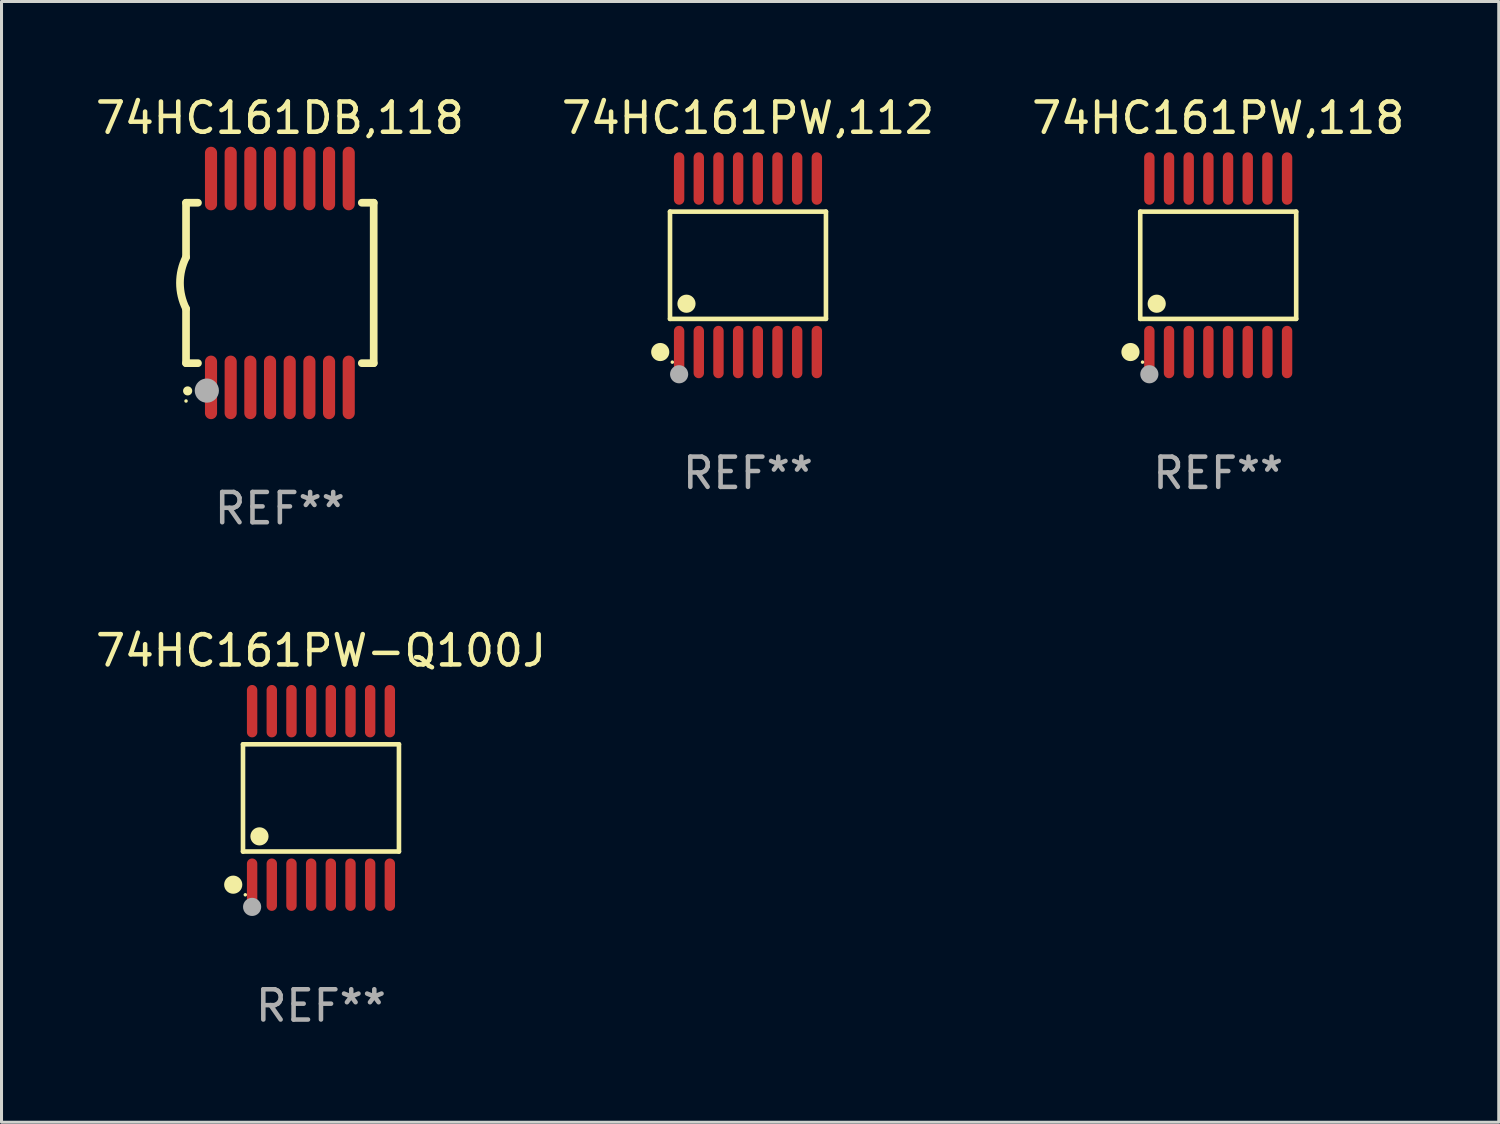
<source format=kicad_pcb>
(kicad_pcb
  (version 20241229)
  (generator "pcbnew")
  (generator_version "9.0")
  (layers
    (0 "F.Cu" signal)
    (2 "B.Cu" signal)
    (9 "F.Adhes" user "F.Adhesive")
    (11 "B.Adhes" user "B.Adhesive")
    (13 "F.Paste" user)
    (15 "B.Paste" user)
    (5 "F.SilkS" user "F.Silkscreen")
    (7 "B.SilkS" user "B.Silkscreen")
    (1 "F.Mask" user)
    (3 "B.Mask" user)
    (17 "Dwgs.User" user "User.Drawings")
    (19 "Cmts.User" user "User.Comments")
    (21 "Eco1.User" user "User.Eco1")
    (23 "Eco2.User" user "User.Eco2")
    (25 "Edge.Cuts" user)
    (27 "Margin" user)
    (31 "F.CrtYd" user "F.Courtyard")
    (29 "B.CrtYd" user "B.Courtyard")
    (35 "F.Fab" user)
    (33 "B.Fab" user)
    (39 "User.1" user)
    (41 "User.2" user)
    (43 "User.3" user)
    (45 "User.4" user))
  (footprint "74HC161PW,118"
    (layer "F.Cu")
    (at 37.196 5.714)
    (property "Reference" "74HC161PW,118" (at 0 -4.866 0) (layer "F.SilkS") (effects (font (size 1 1) (thickness 0.15))))
    (attr through_hole)
    (fp_line (start -2.576 -1.772) (end 2.576 -1.772) (stroke (width 0.152) (type solid)) (layer "F.SilkS"))
    (fp_line (start -2.576 1.771) (end -2.576 -1.772) (stroke (width 0.152) (type solid)) (layer "F.SilkS"))
    (fp_line (start 2.576 -1.772) (end 2.576 1.771) (stroke (width 0.152) (type solid)) (layer "F.SilkS"))
    (fp_line (start 2.576 1.771) (end -2.576 1.771) (stroke (width 0.152) (type solid)) (layer "F.SilkS"))
    (fp_circle (center -2.899 2.866) (end -2.749 2.866) (stroke (width 0.3) (type solid)) (fill no) (layer "F.SilkS"))
    (fp_circle (center -2.5 3.2) (end -2.47 3.2) (stroke (width 0.06) (type solid)) (fill no) (layer "F.SilkS"))
    (fp_circle (center -2.032 1.27) (end -1.882 1.27) (stroke (width 0.3) (type solid)) (fill no) (layer "F.SilkS"))
    (fp_circle (center -2.275 3.6) (end -2.125 3.6) (stroke (width 0.3) (type solid)) (fill no) (layer "F.Fab"))
    (fp_text user "REF**" (at 0 6.866 0) (layer "F.Fab") (effects (font (size 1 1) (thickness 0.15))))
    (pad "1" smd oval (at -2.275 2.866) (size 0.343 1.731) (layers "F.Cu" "F.Mask" "F.Paste"))
    (pad "2" smd oval (at -1.625 2.866) (size 0.343 1.731) (layers "F.Cu" "F.Mask" "F.Paste"))
    (pad "3" smd oval (at -0.975 2.866) (size 0.343 1.731) (layers "F.Cu" "F.Mask" "F.Paste"))
    (pad "4" smd oval (at -0.325 2.866) (size 0.343 1.731) (layers "F.Cu" "F.Mask" "F.Paste"))
    (pad "5" smd oval (at 0.325 2.866) (size 0.343 1.731) (layers "F.Cu" "F.Mask" "F.Paste"))
    (pad "6" smd oval (at 0.975 2.866) (size 0.343 1.731) (layers "F.Cu" "F.Mask" "F.Paste"))
    (pad "7" smd oval (at 1.625 2.866) (size 0.343 1.731) (layers "F.Cu" "F.Mask" "F.Paste"))
    (pad "8" smd oval (at 2.275 2.866) (size 0.343 1.731) (layers "F.Cu" "F.Mask" "F.Paste"))
    (pad "9" smd oval (at 2.275 -2.866) (size 0.343 1.731) (layers "F.Cu" "F.Mask" "F.Paste"))
    (pad "10" smd oval (at 1.625 -2.866) (size 0.343 1.731) (layers "F.Cu" "F.Mask" "F.Paste"))
    (pad "11" smd oval (at 0.975 -2.866) (size 0.343 1.731) (layers "F.Cu" "F.Mask" "F.Paste"))
    (pad "12" smd oval (at 0.325 -2.866) (size 0.343 1.731) (layers "F.Cu" "F.Mask" "F.Paste"))
    (pad "13" smd oval (at -0.325 -2.866) (size 0.343 1.731) (layers "F.Cu" "F.Mask" "F.Paste"))
    (pad "14" smd oval (at -0.975 -2.866) (size 0.343 1.731) (layers "F.Cu" "F.Mask" "F.Paste"))
    (pad "15" smd oval (at -1.625 -2.866) (size 0.343 1.731) (layers "F.Cu" "F.Mask" "F.Paste"))
    (pad "16" smd oval (at -2.275 -2.866) (size 0.343 1.731) (layers "F.Cu" "F.Mask" "F.Paste")))
  (footprint "74HC161PW-Q100J"
    (layer "F.Cu")
    (at 7.554 23.311)
    (property "Reference" "74HC161PW-Q100J" (at 0 -4.866 0) (layer "F.SilkS") (effects (font (size 1 1) (thickness 0.15))))
    (attr through_hole)
    (fp_line (start -2.576 -1.772) (end 2.576 -1.772) (stroke (width 0.152) (type solid)) (layer "F.SilkS"))
    (fp_line (start -2.576 1.771) (end -2.576 -1.772) (stroke (width 0.152) (type solid)) (layer "F.SilkS"))
    (fp_line (start 2.576 -1.772) (end 2.576 1.771) (stroke (width 0.152) (type solid)) (layer "F.SilkS"))
    (fp_line (start 2.576 1.771) (end -2.576 1.771) (stroke (width 0.152) (type solid)) (layer "F.SilkS"))
    (fp_circle (center -2.899 2.866) (end -2.749 2.866) (stroke (width 0.3) (type solid)) (fill no) (layer "F.SilkS"))
    (fp_circle (center -2.5 3.2) (end -2.47 3.2) (stroke (width 0.06) (type solid)) (fill no) (layer "F.SilkS"))
    (fp_circle (center -2.032 1.27) (end -1.882 1.27) (stroke (width 0.3) (type solid)) (fill no) (layer "F.SilkS"))
    (fp_circle (center -2.275 3.6) (end -2.125 3.6) (stroke (width 0.3) (type solid)) (fill no) (layer "F.Fab"))
    (fp_text user "REF**" (at 0 6.866 0) (layer "F.Fab") (effects (font (size 1 1) (thickness 0.15))))
    (pad "1" smd oval (at -2.275 2.866) (size 0.343 1.731) (layers "F.Cu" "F.Mask" "F.Paste"))
    (pad "2" smd oval (at -1.625 2.866) (size 0.343 1.731) (layers "F.Cu" "F.Mask" "F.Paste"))
    (pad "3" smd oval (at -0.975 2.866) (size 0.343 1.731) (layers "F.Cu" "F.Mask" "F.Paste"))
    (pad "4" smd oval (at -0.325 2.866) (size 0.343 1.731) (layers "F.Cu" "F.Mask" "F.Paste"))
    (pad "5" smd oval (at 0.325 2.866) (size 0.343 1.731) (layers "F.Cu" "F.Mask" "F.Paste"))
    (pad "6" smd oval (at 0.975 2.866) (size 0.343 1.731) (layers "F.Cu" "F.Mask" "F.Paste"))
    (pad "7" smd oval (at 1.625 2.866) (size 0.343 1.731) (layers "F.Cu" "F.Mask" "F.Paste"))
    (pad "8" smd oval (at 2.275 2.866) (size 0.343 1.731) (layers "F.Cu" "F.Mask" "F.Paste"))
    (pad "9" smd oval (at 2.275 -2.866) (size 0.343 1.731) (layers "F.Cu" "F.Mask" "F.Paste"))
    (pad "10" smd oval (at 1.625 -2.866) (size 0.343 1.731) (layers "F.Cu" "F.Mask" "F.Paste"))
    (pad "11" smd oval (at 0.975 -2.866) (size 0.343 1.731) (layers "F.Cu" "F.Mask" "F.Paste"))
    (pad "12" smd oval (at 0.325 -2.866) (size 0.343 1.731) (layers "F.Cu" "F.Mask" "F.Paste"))
    (pad "13" smd oval (at -0.325 -2.866) (size 0.343 1.731) (layers "F.Cu" "F.Mask" "F.Paste"))
    (pad "14" smd oval (at -0.975 -2.866) (size 0.343 1.731) (layers "F.Cu" "F.Mask" "F.Paste"))
    (pad "15" smd oval (at -1.625 -2.866) (size 0.343 1.731) (layers "F.Cu" "F.Mask" "F.Paste"))
    (pad "16" smd oval (at -2.275 -2.866) (size 0.343 1.731) (layers "F.Cu" "F.Mask" "F.Paste")))
  (footprint "74HC161DB,118"
    (layer "F.Cu")
    (at 6.196 6.298)
    (property "Reference" "74HC161DB,118" (at 0 -5.45 0) (layer "F.SilkS") (effects (font (size 1 1) (thickness 0.15))))
    (attr through_hole)
    (fp_line (start -3.1 -2.65) (end -3.1 -0.85) (stroke (width 0.254) (type solid)) (layer "F.SilkS"))
    (fp_line (start -3.1 -2.65) (end -2.706 -2.65) (stroke (width 0.254) (type solid)) (layer "F.SilkS"))
    (fp_line (start -3.1 2.65) (end -3.1 0.85) (stroke (width 0.254) (type solid)) (layer "F.SilkS"))
    (fp_line (start -3.1 2.65) (end -2.706 2.65) (stroke (width 0.254) (type solid)) (layer "F.SilkS"))
    (fp_line (start 2.706 -2.65) (end 3.1 -2.65) (stroke (width 0.254) (type solid)) (layer "F.SilkS"))
    (fp_line (start 2.706 2.65) (end 3.1 2.65) (stroke (width 0.254) (type solid)) (layer "F.SilkS"))
    (fp_line (start 3.1 -2.65) (end 3.1 2.65) (stroke (width 0.254) (type solid)) (layer "F.SilkS"))
    (fp_arc (start -3.098907 0.850902) (mid -3.300057 0.000523) (end -3.1 -0.850114) (stroke (width 0.254001) (type solid)) (layer "F.SilkS"))
    (fp_arc (start -3.048006 3.566066) (mid -3.046736 3.566061) (end -3.045466 3.566066) (stroke (width 0.3) (type solid)) (layer "F.SilkS"))
    (fp_circle (center -3.1 3.9) (end -3.07 3.9) (stroke (width 0.06) (type solid)) (fill no) (layer "F.SilkS"))
    (fp_circle (center -2.413 3.556) (end -2.213 3.556) (stroke (width 0.4) (type solid)) (fill no) (layer "F.Fab"))
    (fp_text user "REF**" (at 0 7.45 0) (layer "F.Fab") (effects (font (size 1 1) (thickness 0.15))))
    (pad "1" smd oval (at -2.275 3.45 180) (size 0.4 2.1) (layers "F.Cu" "F.Mask" "F.Paste"))
    (pad "2" smd oval (at -1.625 3.45 180) (size 0.4 2.1) (layers "F.Cu" "F.Mask" "F.Paste"))
    (pad "3" smd oval (at -0.975 3.45 180) (size 0.4 2.1) (layers "F.Cu" "F.Mask" "F.Paste"))
    (pad "4" smd oval (at -0.325 3.45 180) (size 0.4 2.1) (layers "F.Cu" "F.Mask" "F.Paste"))
    (pad "5" smd oval (at 0.325 3.45 180) (size 0.4 2.1) (layers "F.Cu" "F.Mask" "F.Paste"))
    (pad "6" smd oval (at 0.975 3.45 180) (size 0.4 2.1) (layers "F.Cu" "F.Mask" "F.Paste"))
    (pad "7" smd oval (at 1.625 3.45 180) (size 0.4 2.1) (layers "F.Cu" "F.Mask" "F.Paste"))
    (pad "8" smd oval (at 2.275 3.45 180) (size 0.4 2.1) (layers "F.Cu" "F.Mask" "F.Paste"))
    (pad "9" smd oval (at 2.275 -3.45 180) (size 0.4 2.1) (layers "F.Cu" "F.Mask" "F.Paste"))
    (pad "10" smd oval (at 1.625 -3.45 180) (size 0.4 2.1) (layers "F.Cu" "F.Mask" "F.Paste"))
    (pad "11" smd oval (at 0.975 -3.45 180) (size 0.4 2.1) (layers "F.Cu" "F.Mask" "F.Paste"))
    (pad "12" smd oval (at 0.325 -3.45 180) (size 0.4 2.1) (layers "F.Cu" "F.Mask" "F.Paste"))
    (pad "13" smd oval (at -0.325 -3.45 180) (size 0.4 2.1) (layers "F.Cu" "F.Mask" "F.Paste"))
    (pad "14" smd oval (at -0.975 -3.45 180) (size 0.4 2.1) (layers "F.Cu" "F.Mask" "F.Paste"))
    (pad "15" smd oval (at -1.625 -3.45 180) (size 0.4 2.1) (layers "F.Cu" "F.Mask" "F.Paste"))
    (pad "16" smd oval (at -2.275 -3.45 180) (size 0.4 2.1) (layers "F.Cu" "F.Mask" "F.Paste")))
  (footprint "74HC161PW,112"
    (layer "F.Cu")
    (at 21.661 5.714)
    (property "Reference" "74HC161PW,112" (at 0 -4.866 0) (layer "F.SilkS") (effects (font (size 1 1) (thickness 0.15))))
    (attr through_hole)
    (fp_line (start -2.576 -1.772) (end 2.576 -1.772) (stroke (width 0.152) (type solid)) (layer "F.SilkS"))
    (fp_line (start -2.576 1.771) (end -2.576 -1.772) (stroke (width 0.152) (type solid)) (layer "F.SilkS"))
    (fp_line (start 2.576 -1.772) (end 2.576 1.771) (stroke (width 0.152) (type solid)) (layer "F.SilkS"))
    (fp_line (start 2.576 1.771) (end -2.576 1.771) (stroke (width 0.152) (type solid)) (layer "F.SilkS"))
    (fp_circle (center -2.899 2.866) (end -2.749 2.866) (stroke (width 0.3) (type solid)) (fill no) (layer "F.SilkS"))
    (fp_circle (center -2.5 3.2) (end -2.47 3.2) (stroke (width 0.06) (type solid)) (fill no) (layer "F.SilkS"))
    (fp_circle (center -2.032 1.27) (end -1.882 1.27) (stroke (width 0.3) (type solid)) (fill no) (layer "F.SilkS"))
    (fp_circle (center -2.275 3.6) (end -2.125 3.6) (stroke (width 0.3) (type solid)) (fill no) (layer "F.Fab"))
    (fp_text user "REF**" (at 0 6.866 0) (layer "F.Fab") (effects (font (size 1 1) (thickness 0.15))))
    (pad "1" smd oval (at -2.275 2.866) (size 0.343 1.731) (layers "F.Cu" "F.Mask" "F.Paste"))
    (pad "2" smd oval (at -1.625 2.866) (size 0.343 1.731) (layers "F.Cu" "F.Mask" "F.Paste"))
    (pad "3" smd oval (at -0.975 2.866) (size 0.343 1.731) (layers "F.Cu" "F.Mask" "F.Paste"))
    (pad "4" smd oval (at -0.325 2.866) (size 0.343 1.731) (layers "F.Cu" "F.Mask" "F.Paste"))
    (pad "5" smd oval (at 0.325 2.866) (size 0.343 1.731) (layers "F.Cu" "F.Mask" "F.Paste"))
    (pad "6" smd oval (at 0.975 2.866) (size 0.343 1.731) (layers "F.Cu" "F.Mask" "F.Paste"))
    (pad "7" smd oval (at 1.625 2.866) (size 0.343 1.731) (layers "F.Cu" "F.Mask" "F.Paste"))
    (pad "8" smd oval (at 2.275 2.866) (size 0.343 1.731) (layers "F.Cu" "F.Mask" "F.Paste"))
    (pad "9" smd oval (at 2.275 -2.866) (size 0.343 1.731) (layers "F.Cu" "F.Mask" "F.Paste"))
    (pad "10" smd oval (at 1.625 -2.866) (size 0.343 1.731) (layers "F.Cu" "F.Mask" "F.Paste"))
    (pad "11" smd oval (at 0.975 -2.866) (size 0.343 1.731) (layers "F.Cu" "F.Mask" "F.Paste"))
    (pad "12" smd oval (at 0.325 -2.866) (size 0.343 1.731) (layers "F.Cu" "F.Mask" "F.Paste"))
    (pad "13" smd oval (at -0.325 -2.866) (size 0.343 1.731) (layers "F.Cu" "F.Mask" "F.Paste"))
    (pad "14" smd oval (at -0.975 -2.866) (size 0.343 1.731) (layers "F.Cu" "F.Mask" "F.Paste"))
    (pad "15" smd oval (at -1.625 -2.866) (size 0.343 1.731) (layers "F.Cu" "F.Mask" "F.Paste"))
    (pad "16" smd oval (at -2.275 -2.866) (size 0.343 1.731) (layers "F.Cu" "F.Mask" "F.Paste")))
  (gr_rect
    (start -3 -3)
    (end 46.464 34.025)
    (stroke (width 0.1) (type default))
    (fill no)
    (layer "Edge.Cuts")))
</source>
